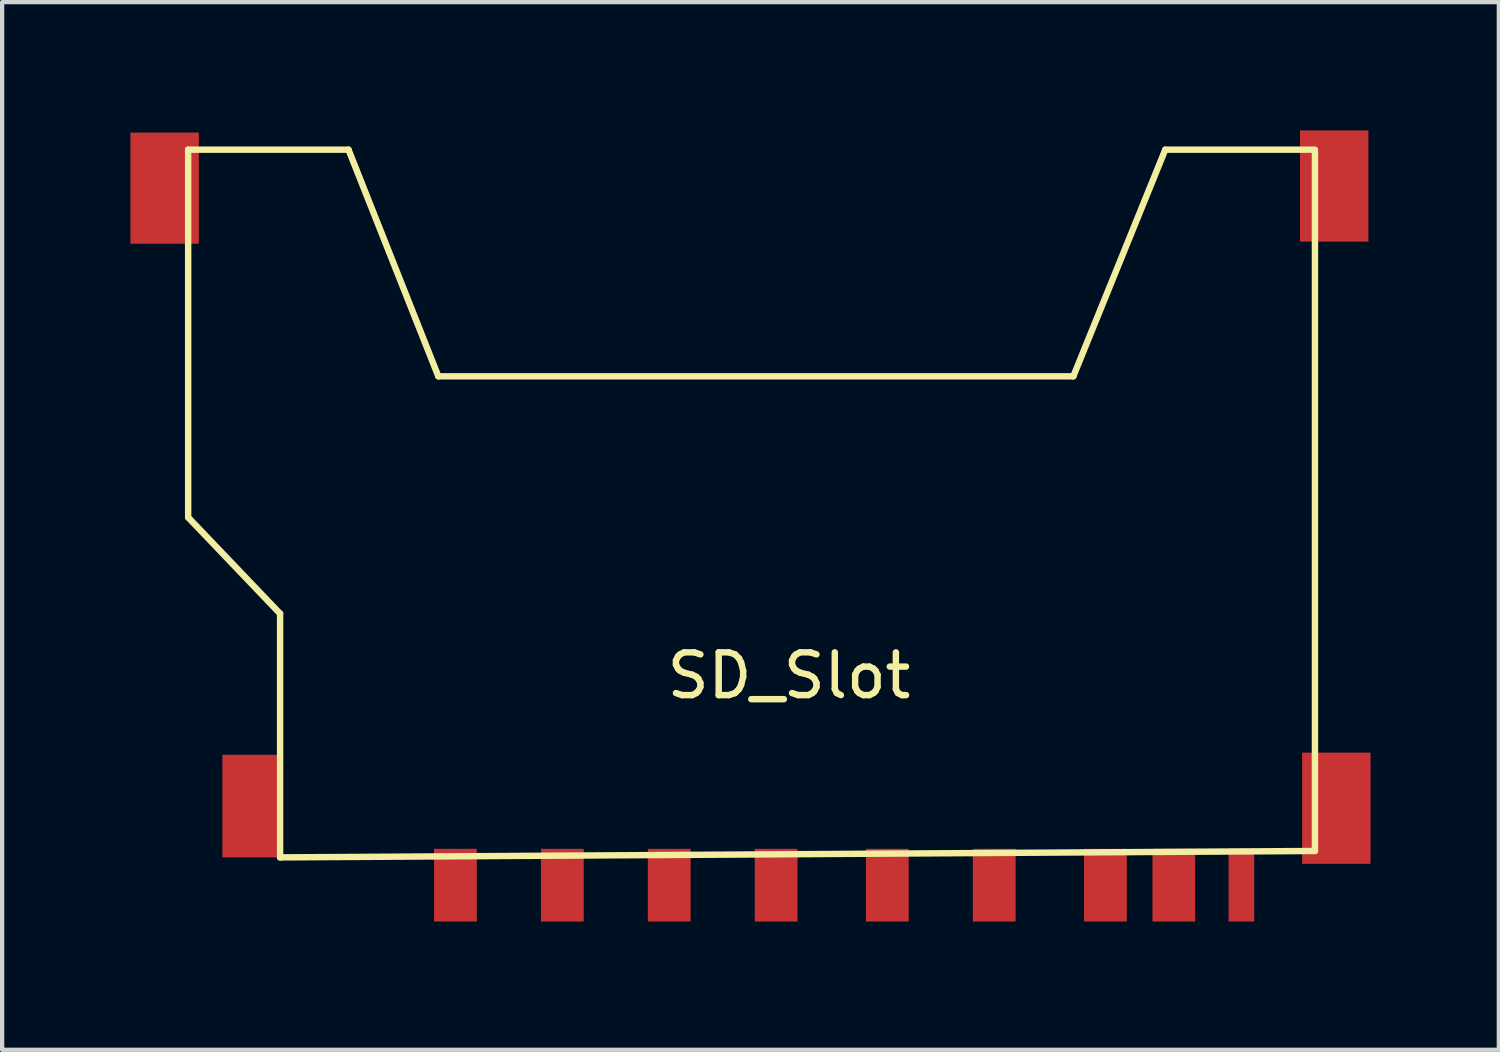
<source format=kicad_pcb>
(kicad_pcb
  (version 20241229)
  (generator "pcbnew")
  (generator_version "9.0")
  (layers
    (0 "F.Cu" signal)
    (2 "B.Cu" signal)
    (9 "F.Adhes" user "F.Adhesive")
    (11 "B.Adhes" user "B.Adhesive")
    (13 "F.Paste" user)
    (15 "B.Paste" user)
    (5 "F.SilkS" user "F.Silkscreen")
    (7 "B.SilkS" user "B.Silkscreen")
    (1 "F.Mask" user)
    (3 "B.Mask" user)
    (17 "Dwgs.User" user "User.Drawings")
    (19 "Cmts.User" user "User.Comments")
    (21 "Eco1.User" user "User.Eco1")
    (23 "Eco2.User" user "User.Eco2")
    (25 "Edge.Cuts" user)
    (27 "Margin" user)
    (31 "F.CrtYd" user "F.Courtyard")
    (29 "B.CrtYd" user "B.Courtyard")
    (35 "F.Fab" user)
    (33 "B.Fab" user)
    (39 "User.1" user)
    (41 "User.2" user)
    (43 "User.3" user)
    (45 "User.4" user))
  (footprint "SD_Slot"
    (layer "F.Cu")
    (at 14.55 12.25)
    (property "Reference" "SD_Slot" (at 0.85 0.5 0) (layer "F.SilkS") (effects (font (size 1 1) (thickness 0.15))))
    (attr through_hole)
    (fp_line (start -13.2 -11.8) (end -13.2 -3.2) (stroke (width 0.15) (type solid)) (layer "F.SilkS"))
    (fp_line (start -13.2 -3.2) (end -11.05 -0.95) (stroke (width 0.15) (type solid)) (layer "F.SilkS"))
    (fp_line (start -11.05 -0.95) (end -11.05 4.75) (stroke (width 0.15) (type solid)) (layer "F.SilkS"))
    (fp_line (start -11.05 4.75) (end 13.15 4.6) (stroke (width 0.15) (type solid)) (layer "F.SilkS"))
    (fp_line (start -9.45 -11.8) (end -13.2 -11.8) (stroke (width 0.15) (type solid)) (layer "F.SilkS"))
    (fp_line (start -7.35 -6.5) (end -9.45 -11.8) (stroke (width 0.15) (type solid)) (layer "F.SilkS"))
    (fp_line (start 7.5 -6.5) (end -7.35 -6.5) (stroke (width 0.15) (type solid)) (layer "F.SilkS"))
    (fp_line (start 9.65 -11.8) (end 7.5 -6.5) (stroke (width 0.15) (type solid)) (layer "F.SilkS"))
    (fp_line (start 13.15 -11.8) (end 9.65 -11.8) (stroke (width 0.15) (type solid)) (layer "F.SilkS"))
    (fp_line (start 13.15 4.6) (end 13.15 -11.75) (stroke (width 0.15) (type solid)) (layer "F.SilkS"))
    (pad "" smd rect (at -13.75 -10.9 180) (size 1.6 2.6) (layers "F.Cu" "F.Mask" "F.Paste"))
    (pad "" smd rect (at -11.75 3.55 180) (size 1.3 2.4) (layers "F.Cu" "F.Mask" "F.Paste"))
    (pad "" smd rect (at 13.6 -10.95 180) (size 1.6 2.6) (layers "F.Cu" "F.Mask" "F.Paste"))
    (pad "" smd rect (at 13.65 3.6 180) (size 1.6 2.6) (layers "F.Cu" "F.Mask" "F.Paste"))
    (pad "1" smd rect (at -6.95 5.4 180) (size 1 1.7) (layers "F.Cu" "F.Mask" "F.Paste"))
    (pad "2" smd rect (at -4.45 5.4 180) (size 1 1.7) (layers "F.Cu" "F.Mask" "F.Paste"))
    (pad "3" smd rect (at -1.95 5.4 180) (size 1 1.7) (layers "F.Cu" "F.Mask" "F.Paste"))
    (pad "4" smd rect (at 0.55 5.4 180) (size 1 1.7) (layers "F.Cu" "F.Mask" "F.Paste"))
    (pad "5" smd rect (at 3.15 5.4 180) (size 1 1.7) (layers "F.Cu" "F.Mask" "F.Paste"))
    (pad "6" smd rect (at 5.65 5.4 180) (size 1 1.7) (layers "F.Cu" "F.Mask" "F.Paste"))
    (pad "7" smd rect (at 8.25 5.4 180) (size 1 1.7) (layers "F.Cu" "F.Mask" "F.Paste"))
    (pad "8" smd rect (at 9.85 5.4 180) (size 1 1.7) (layers "F.Cu" "F.Mask" "F.Paste"))
    (pad "10" smd rect (at 11.43 5.4 180) (size 0.6 1.7) (layers "F.Cu" "F.Mask" "F.Paste")))
  (gr_rect
    (start -3 -3)
    (end 32 21.5)
    (stroke (width 0.1) (type default))
    (fill no)
    (layer "Edge.Cuts")))
</source>
